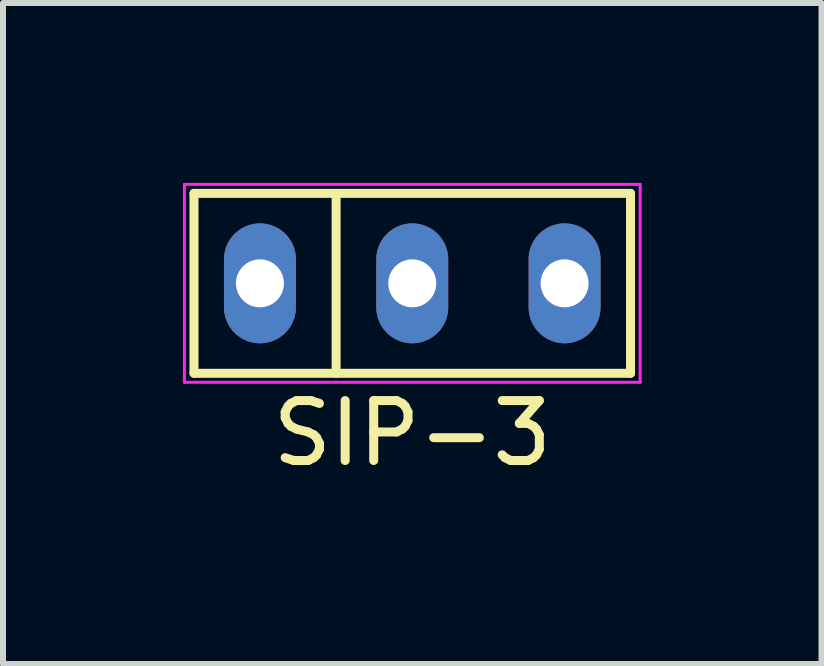
<source format=kicad_pcb>
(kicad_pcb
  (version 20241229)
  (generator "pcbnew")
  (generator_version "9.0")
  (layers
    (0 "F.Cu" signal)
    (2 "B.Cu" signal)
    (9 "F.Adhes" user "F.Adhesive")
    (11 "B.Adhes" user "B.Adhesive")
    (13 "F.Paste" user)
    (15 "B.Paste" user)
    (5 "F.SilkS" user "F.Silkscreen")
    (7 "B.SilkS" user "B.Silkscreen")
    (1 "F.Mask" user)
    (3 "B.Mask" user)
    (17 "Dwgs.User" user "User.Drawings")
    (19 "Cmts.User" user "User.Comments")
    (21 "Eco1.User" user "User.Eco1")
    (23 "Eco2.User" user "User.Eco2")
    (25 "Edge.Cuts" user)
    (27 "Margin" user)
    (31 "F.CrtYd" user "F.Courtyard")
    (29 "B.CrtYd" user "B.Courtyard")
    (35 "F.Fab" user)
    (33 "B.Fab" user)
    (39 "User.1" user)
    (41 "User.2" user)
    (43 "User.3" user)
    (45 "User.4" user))
  (footprint "SIP-3"
    (layer "F.Cu")
    (at 3.825 1.675)
    (property "Reference" "SIP-3" (at 0 2.5 0) (layer "F.SilkS") (effects (font (size 1 1) (thickness 0.15))))
    (attr through_hole)
    (fp_line (start -3.64 -1.5) (end 3.64 -1.5) (stroke (width 0.15) (type solid)) (layer "F.SilkS"))
    (fp_line (start -3.64 1.5) (end -3.64 -1.5) (stroke (width 0.15) (type solid)) (layer "F.SilkS"))
    (fp_line (start -1.27 -1.5) (end -1.27 1.5) (stroke (width 0.15) (type solid)) (layer "F.SilkS"))
    (fp_line (start 3.64 -1.5) (end 3.64 1.5) (stroke (width 0.15) (type solid)) (layer "F.SilkS"))
    (fp_line (start 3.64 1.5) (end -3.64 1.5) (stroke (width 0.15) (type solid)) (layer "F.SilkS"))
    (fp_line (start -3.8 -1.65) (end 3.8 -1.65) (stroke (width 0.05) (type solid)) (layer "F.CrtYd"))
    (fp_line (start -3.8 1.65) (end -3.8 -1.65) (stroke (width 0.05) (type solid)) (layer "F.CrtYd"))
    (fp_line (start 3.8 -1.65) (end 3.8 1.65) (stroke (width 0.05) (type solid)) (layer "F.CrtYd"))
    (fp_line (start 3.8 1.65) (end -3.8 1.65) (stroke (width 0.05) (type solid)) (layer "F.CrtYd"))
    (pad "1" thru_hole oval (at -2.54 0) (size 1.2 2) (drill 0.8) (layers "*.Cu" "*.Mask"))
    (pad "2" thru_hole oval (at 0 0) (size 1.2 2) (drill 0.8) (layers "*.Cu" "*.Mask"))
    (pad "3" thru_hole oval (at 2.54 0) (size 1.2 2) (drill 0.8) (layers "*.Cu" "*.Mask")))
  (gr_rect
    (start -3 -3)
    (end 10.65 8.023)
    (stroke (width 0.1) (type default))
    (fill no)
    (layer "Edge.Cuts")))
</source>
